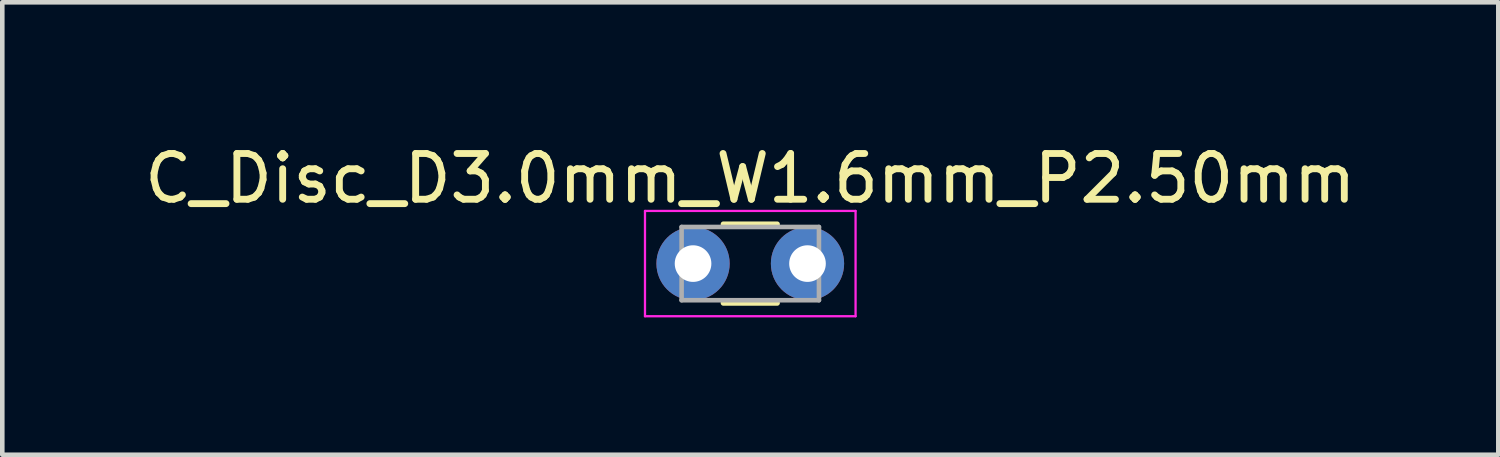
<source format=kicad_pcb>
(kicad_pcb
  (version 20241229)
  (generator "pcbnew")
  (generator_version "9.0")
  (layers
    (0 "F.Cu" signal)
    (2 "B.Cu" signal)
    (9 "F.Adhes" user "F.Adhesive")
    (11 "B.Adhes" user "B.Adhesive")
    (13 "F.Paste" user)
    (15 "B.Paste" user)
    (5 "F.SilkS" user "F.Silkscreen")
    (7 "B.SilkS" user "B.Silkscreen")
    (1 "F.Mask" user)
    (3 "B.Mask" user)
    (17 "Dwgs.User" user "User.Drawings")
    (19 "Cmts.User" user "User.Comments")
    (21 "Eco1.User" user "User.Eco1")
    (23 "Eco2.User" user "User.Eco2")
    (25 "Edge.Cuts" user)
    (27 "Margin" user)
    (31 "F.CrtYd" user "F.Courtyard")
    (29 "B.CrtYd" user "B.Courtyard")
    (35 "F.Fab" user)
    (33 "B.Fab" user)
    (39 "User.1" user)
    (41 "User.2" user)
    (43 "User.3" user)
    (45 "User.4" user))
  (footprint "C_Disc_D3.0mm_W1.6mm_P2.50mm"
    (layer "F.Cu")
    (at 12.089 2.708)
    (property "Reference" "C_Disc_D3.0mm_W1.6mm_P2.50mm" (at 1.25 -1.86 0) (layer "F.SilkS") (effects (font (size 1 1) (thickness 0.15))))
    (attr through_hole)
    (fp_line (start 0.663 -0.861) (end 1.837 -0.861) (stroke (width 0.12) (type solid)) (layer "F.SilkS"))
    (fp_line (start 0.663 0.861) (end 1.837 0.861) (stroke (width 0.12) (type solid)) (layer "F.SilkS"))
    (fp_line (start -1.05 -1.15) (end -1.05 1.15) (stroke (width 0.05) (type solid)) (layer "F.CrtYd"))
    (fp_line (start -1.05 1.15) (end 3.55 1.15) (stroke (width 0.05) (type solid)) (layer "F.CrtYd"))
    (fp_line (start 3.55 -1.15) (end -1.05 -1.15) (stroke (width 0.05) (type solid)) (layer "F.CrtYd"))
    (fp_line (start 3.55 1.15) (end 3.55 -1.15) (stroke (width 0.05) (type solid)) (layer "F.CrtYd"))
    (fp_line (start -0.25 -0.8) (end -0.25 0.8) (stroke (width 0.1) (type solid)) (layer "F.Fab"))
    (fp_line (start -0.25 0.8) (end 2.75 0.8) (stroke (width 0.1) (type solid)) (layer "F.Fab"))
    (fp_line (start 2.75 -0.8) (end -0.25 -0.8) (stroke (width 0.1) (type solid)) (layer "F.Fab"))
    (fp_line (start 2.75 0.8) (end 2.75 -0.8) (stroke (width 0.1) (type solid)) (layer "F.Fab"))
    (pad "1" thru_hole circle (at 0 0) (size 1.6 1.6) (drill 0.8) (layers "*.Cu" "*.Mask"))
    (pad "2" thru_hole circle (at 2.5 0) (size 1.6 1.6) (drill 0.8) (layers "*.Cu" "*.Mask")))
  (gr_rect
    (start -3 -3)
    (end 29.679 6.883)
    (stroke (width 0.1) (type default))
    (fill no)
    (layer "Edge.Cuts")))
</source>
